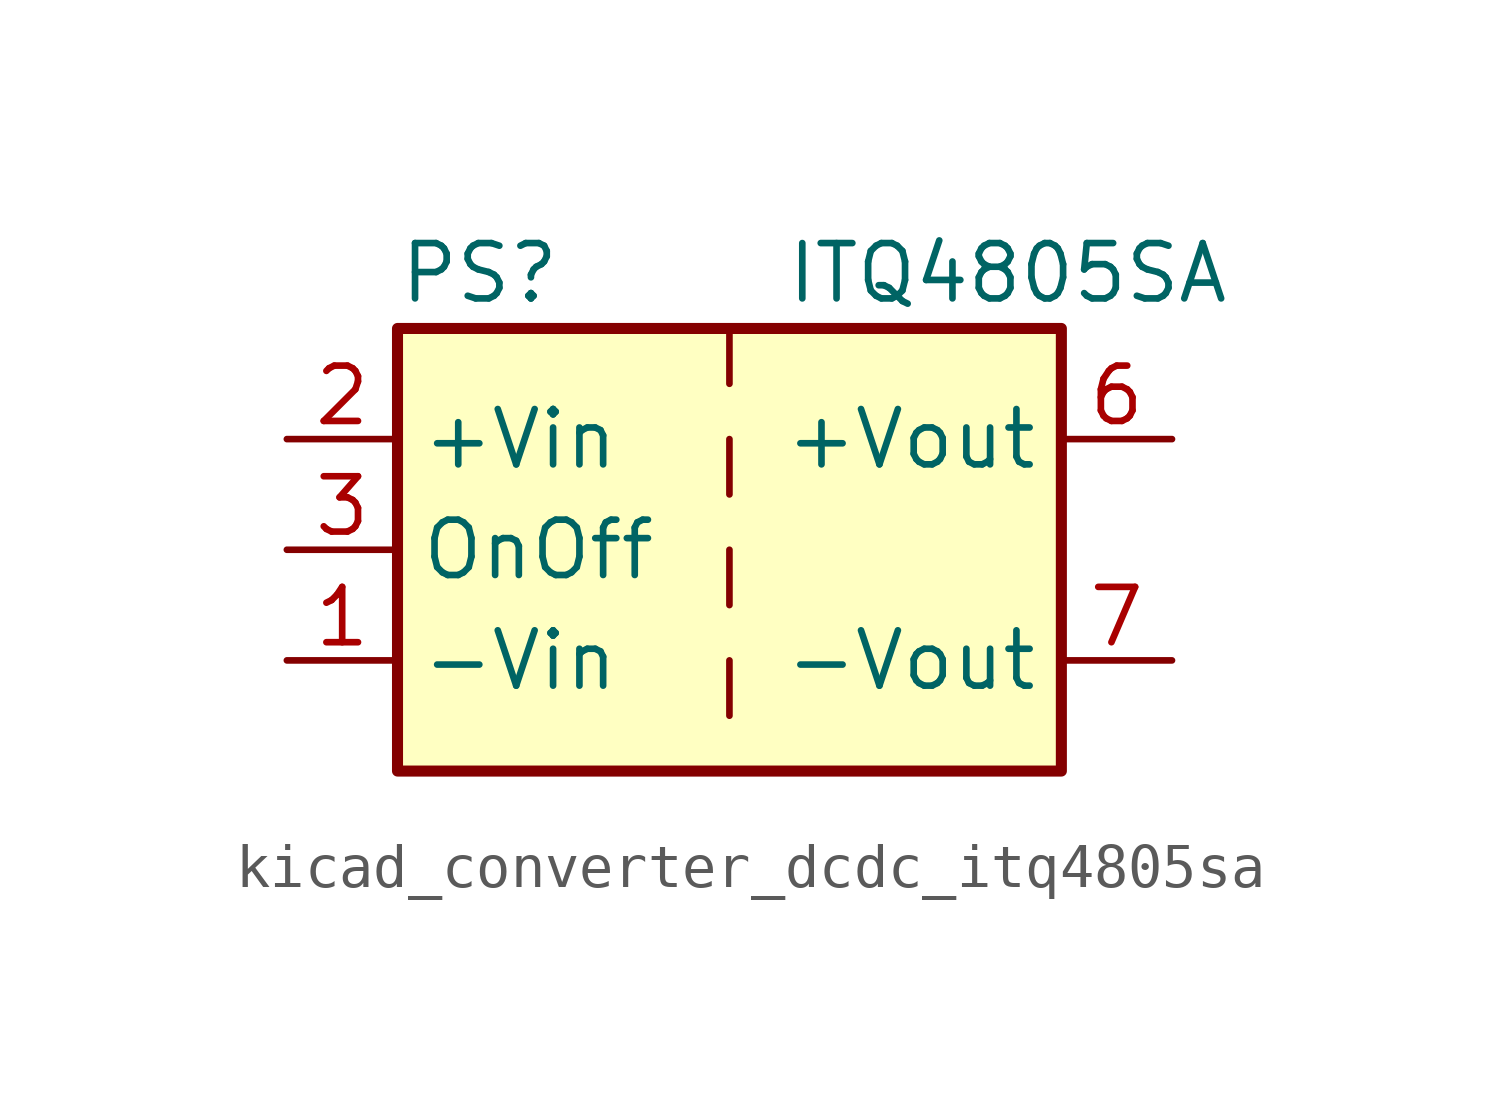
<source format=kicad_sym>
(kicad_symbol_lib
  (version 20220914)
  (generator kicad_symbol_editor)
  (symbol "kicad_converter_dcdc_itq4805sa"
    (property "Reference" "PS"
      (at -7.62 6.35 0)
      (effects (font (size 1.27 1.27)) (justify left)))
    (property "Value" "ITQ4805SA"
      (at 1.27 6.35 0)
      (effects (font (size 1.27 1.27)) (justify left)))
    (symbol "kicad_converter_dcdc_itq4805sa_0_0"
      (pin power_in line (at -10.16 -2.54 0) (length 2.54) (name "-Vin" (effects (font (size 1.27 1.27)))) (number "1" (effects (font (size 1.27 1.27)))))
      (pin power_in line (at -10.16 2.54 0) (length 2.54) (name "+Vin" (effects (font (size 1.27 1.27)))) (number "2" (effects (font (size 1.27 1.27)))))
      (pin input line (at -10.16 0 0) (length 2.54) (name "OnOff" (effects (font (size 1.27 1.27)))) (number "3" (effects (font (size 1.27 1.27)))))
      (pin no_connect line (at 0 5.08 270) (length 2.54) hide (name "NC" (effects (font (size 1.27 1.27)))) (number "5" (effects (font (size 1.27 1.27)))))
      (pin power_out line (at 10.16 2.54 180) (length 2.54) (name "+Vout" (effects (font (size 1.27 1.27)))) (number "6" (effects (font (size 1.27 1.27)))))
      (pin power_out line (at 10.16 -2.54 180) (length 2.54) (name "-Vout" (effects (font (size 1.27 1.27)))) (number "7" (effects (font (size 1.27 1.27)))))
      (pin no_connect line (at 7.62 0 180) (length 2.54) hide (name "NC" (effects (font (size 1.27 1.27)))) (number "8" (effects (font (size 1.27 1.27))))))
    (symbol "kicad_converter_dcdc_itq4805sa_0_1"
      (rectangle (start -7.62 5.08) (end 7.62 -5.08) (stroke (width 0.254) (type default)) (fill (type background)))
      (polyline (pts (xy 0 -2.54) (xy 0 -3.81)) (stroke (width 0) (type default)) (fill (type none)))
      (polyline (pts (xy 0 0) (xy 0 -1.27)) (stroke (width 0) (type default)) (fill (type none)))
      (polyline (pts (xy 0 2.54) (xy 0 1.27)) (stroke (width 0) (type default)) (fill (type none)))
      (polyline (pts (xy 0 5.08) (xy 0 3.81)) (stroke (width 0) (type default)) (fill (type none))))))
</source>
